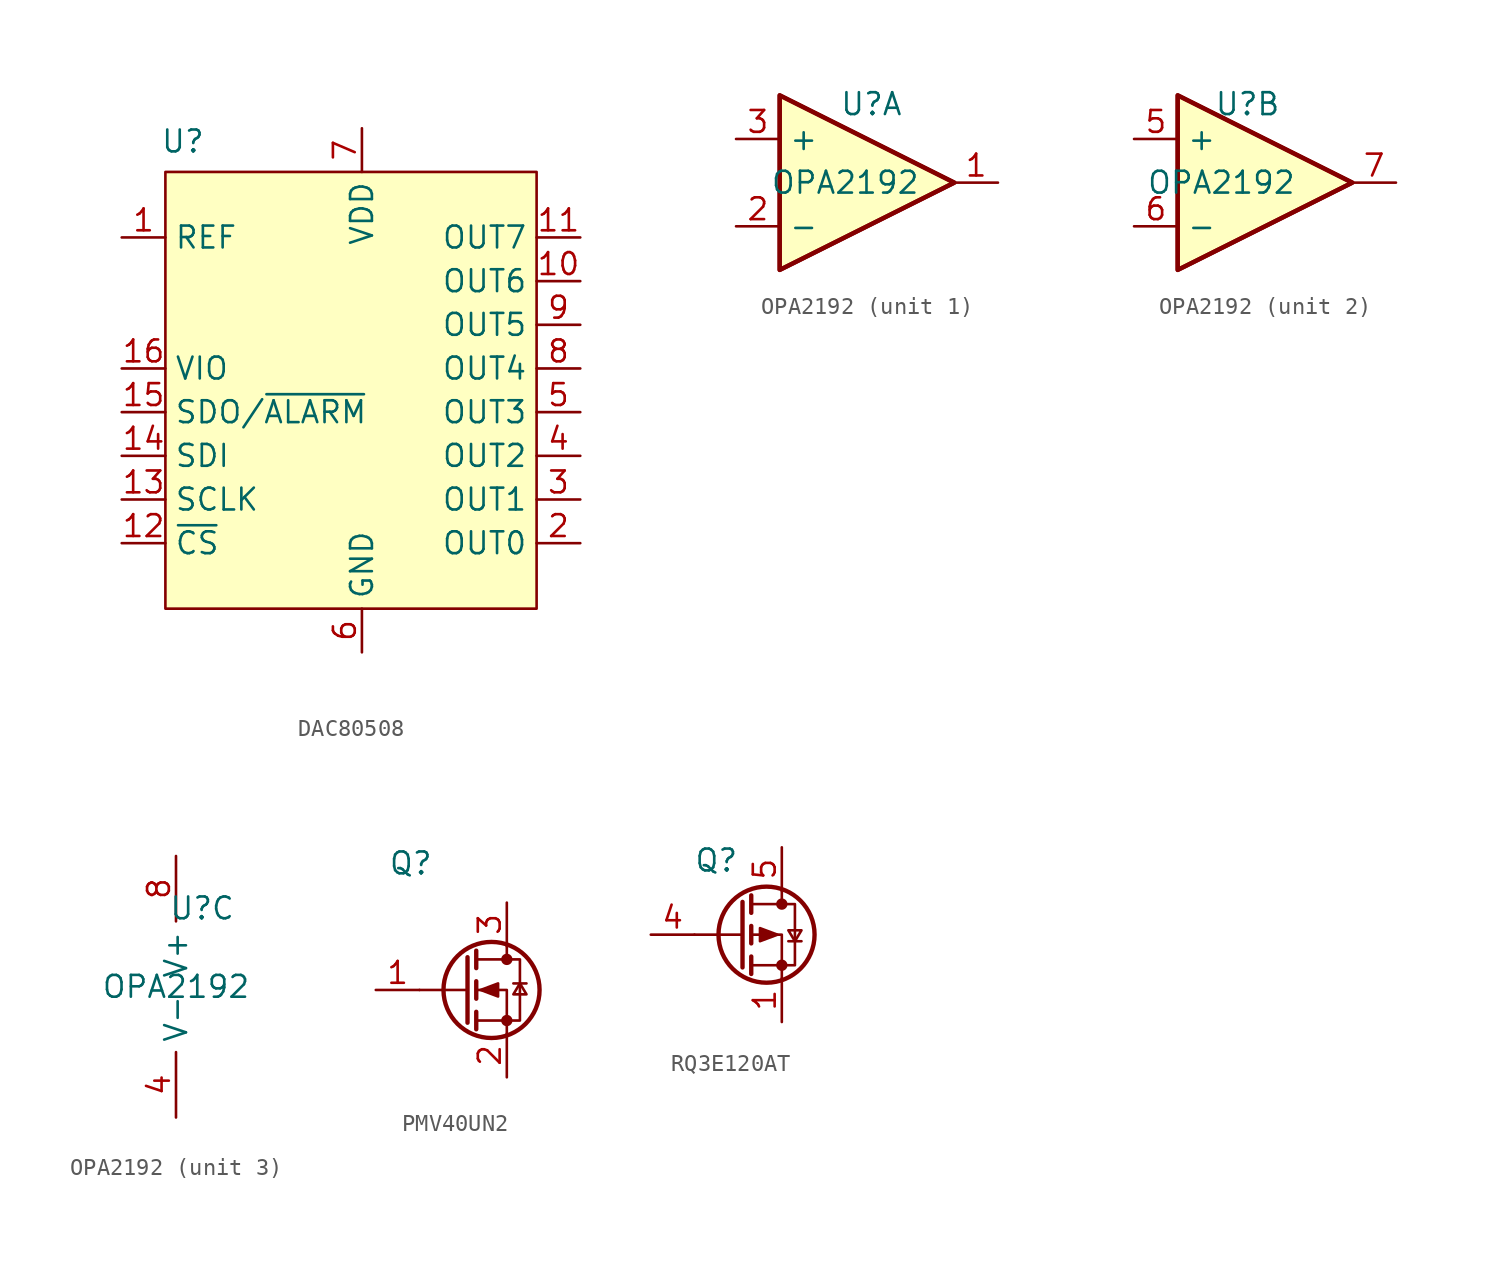
<source format=kicad_sym>
(kicad_symbol_lib
  (version 20241209)
  (generator "kicad_symbol_editor")
  (generator_version "9.0")
  (symbol "DAC80508"
    (property "Reference" "U"
      (at -10.414 13.208 0)
      (effects (font (size 1.27 1.27))))
    (property "Value" ""
      (at 0 0 0)
      (effects (font (size 1.27 1.27))))
    (symbol "DAC80508_1_0"
      (pin power_in line (at -13.97 0 0) (length 2.54) (name "VIO" (effects (font (size 1.27 1.27)))) (number "16" (effects (font (size 1.27 1.27)))))
      (pin input line (at -13.97 -2.54 0) (length 2.54) (name "SDO/~{ALARM}" (effects (font (size 1.27 1.27)))) (number "15" (effects (font (size 1.27 1.27)))))
      (pin input line (at -13.97 -5.08 0) (length 2.54) (name "SDI" (effects (font (size 1.27 1.27)))) (number "14" (effects (font (size 1.27 1.27)))))
      (pin input line (at -13.97 -7.62 0) (length 2.54) (name "SCLK" (effects (font (size 1.27 1.27)))) (number "13" (effects (font (size 1.27 1.27)))))
      (pin input line (at -13.97 -10.16 0) (length 2.54) (name "~{CS}" (effects (font (size 1.27 1.27)))) (number "12" (effects (font (size 1.27 1.27)))))
      (pin power_in line (at 0 13.97 270) (length 2.54) (name "VDD" (effects (font (size 1.27 1.27)))) (number "7" (effects (font (size 1.27 1.27)))))
      (pin power_out line (at 0 -16.51 90) (length 2.54) (hide yes) (name "THERMAL" (effects (font (size 1.27 1.27)))) (number "17" (effects (font (size 1.27 1.27)))))
      (pin power_out line (at 0 -16.51 90) (length 2.54) (name "GND" (effects (font (size 1.27 1.27)))) (number "6" (effects (font (size 1.27 1.27)))))
      (pin output line (at 12.7 7.62 180) (length 2.54) (name "OUT7" (effects (font (size 1.27 1.27)))) (number "11" (effects (font (size 1.27 1.27)))))
      (pin output line (at 12.7 5.08 180) (length 2.54) (name "OUT6" (effects (font (size 1.27 1.27)))) (number "10" (effects (font (size 1.27 1.27)))))
      (pin output line (at 12.7 2.54 180) (length 2.54) (name "OUT5" (effects (font (size 1.27 1.27)))) (number "9" (effects (font (size 1.27 1.27)))))
      (pin output line (at 12.7 0 180) (length 2.54) (name "OUT4" (effects (font (size 1.27 1.27)))) (number "8" (effects (font (size 1.27 1.27)))))
      (pin output line (at 12.7 -2.54 180) (length 2.54) (name "OUT3" (effects (font (size 1.27 1.27)))) (number "5" (effects (font (size 1.27 1.27)))))
      (pin output line (at 12.7 -5.08 180) (length 2.54) (name "OUT2" (effects (font (size 1.27 1.27)))) (number "4" (effects (font (size 1.27 1.27)))))
      (pin output line (at 12.7 -7.62 180) (length 2.54) (name "OUT1" (effects (font (size 1.27 1.27)))) (number "3" (effects (font (size 1.27 1.27)))))
      (pin output line (at 12.7 -10.16 180) (length 2.54) (name "OUT0" (effects (font (size 1.27 1.27)))) (number "2" (effects (font (size 1.27 1.27))))))
    (symbol "DAC80508_1_1"
      (rectangle (start -11.43 11.43) (end 10.16 -13.97) (stroke (width 0) (type solid)) (fill (type background)))
      (pin input line (at -13.97 7.62 0) (length 2.54) (name "REF" (effects (font (size 1.27 1.27)))) (number "1" (effects (font (size 1.27 1.27)))))))
  (symbol "OPA2192"
    (property "Reference" "U"
      (at 1.524 4.572 0)
      (effects (font (size 1.27 1.27))))
    (property "Value" "OPA2192"
      (at 0 0 0)
      (effects (font (size 1.27 1.27))))
    (symbol "OPA2192_1_1"
      (polyline (pts (xy -3.81 5.08) (xy 6.35 0) (xy -3.81 -5.08) (xy -3.81 5.08)) (stroke (width 0.254) (type default)) (fill (type background)))
      (polyline (pts (xy -3.81 5.08) (xy 6.35 0) (xy -3.81 -5.08) (xy -3.81 5.08)) (stroke (width 0.254) (type default)) (fill (type background)))
      (pin input line (at -6.35 2.54 0) (length 2.54) (name "+" (effects (font (size 1.27 1.27)))) (number "3" (effects (font (size 1.27 1.27)))))
      (pin input line (at -6.35 -2.54 0) (length 2.54) (name "-" (effects (font (size 1.27 1.27)))) (number "2" (effects (font (size 1.27 1.27)))))
      (pin output line (at 8.89 0 180) (length 2.54) (name "~" (effects (font (size 1.27 1.27)))) (number "1" (effects (font (size 1.27 1.27))))))
    (symbol "OPA2192_2_1"
      (polyline (pts (xy -2.54 5.08) (xy 7.62 0) (xy -2.54 -5.08) (xy -2.54 5.08)) (stroke (width 0.254) (type default)) (fill (type background)))
      (polyline (pts (xy -2.54 5.08) (xy 7.62 0) (xy -2.54 -5.08) (xy -2.54 5.08)) (stroke (width 0.254) (type default)) (fill (type background)))
      (pin input line (at -5.08 2.54 0) (length 2.54) (name "+" (effects (font (size 1.27 1.27)))) (number "5" (effects (font (size 1.27 1.27)))))
      (pin input line (at -5.08 -2.54 0) (length 2.54) (name "-" (effects (font (size 1.27 1.27)))) (number "6" (effects (font (size 1.27 1.27)))))
      (pin output line (at 10.16 0 180) (length 2.54) (name "~" (effects (font (size 1.27 1.27)))) (number "7" (effects (font (size 1.27 1.27))))))
    (symbol "OPA2192_3_1"
      (pin power_in line (at 0 7.62 270) (length 3.81) (name "V+" (effects (font (size 1.27 1.27)))) (number "8" (effects (font (size 1.27 1.27)))))
      (pin power_in line (at 0 -7.62 90) (length 3.81) (name "V-" (effects (font (size 1.27 1.27)))) (number "4" (effects (font (size 1.27 1.27)))))))
  (symbol "PMV40UN2"
    (property "Reference" "Q"
      (at -5.588 7.366 0)
      (effects (font (size 1.27 1.27))))
    (property "Value" ""
      (at 0 0 0)
      (effects (font (size 1.27 1.27))))
    (symbol "PMV40UN2_0_1"
      (polyline (pts (xy -2.286 1.905) (xy -2.286 -1.905)) (stroke (width 0.254) (type default)) (fill (type none)))
      (polyline (pts (xy -2.286 0) (xy -5.08 0)) (stroke (width 0) (type default)) (fill (type none)))
      (polyline (pts (xy -1.778 2.286) (xy -1.778 1.27)) (stroke (width 0.254) (type default)) (fill (type none)))
      (polyline (pts (xy -1.778 0.508) (xy -1.778 -0.508)) (stroke (width 0.254) (type default)) (fill (type none)))
      (polyline (pts (xy -1.778 -1.27) (xy -1.778 -2.286)) (stroke (width 0.254) (type default)) (fill (type none)))
      (polyline (pts (xy -1.778 -1.778) (xy 0.762 -1.778) (xy 0.762 1.778) (xy -1.778 1.778)) (stroke (width 0) (type default)) (fill (type none)))
      (polyline (pts (xy -1.524 0) (xy -0.508 0.381) (xy -0.508 -0.381) (xy -1.524 0)) (stroke (width 0) (type default)) (fill (type outline)))
      (circle (center -0.889 0) (radius 2.794) (stroke (width 0.254) (type default)) (fill (type none)))
      (polyline (pts (xy 0 2.54) (xy 0 1.778)) (stroke (width 0) (type default)) (fill (type none)))
      (circle (center 0 1.778) (radius 0.254) (stroke (width 0) (type default)) (fill (type outline)))
      (circle (center 0 -1.778) (radius 0.254) (stroke (width 0) (type default)) (fill (type outline)))
      (polyline (pts (xy 0 -2.54) (xy 0 0) (xy -1.778 0)) (stroke (width 0) (type default)) (fill (type none)))
      (polyline (pts (xy 0.381 0.381) (xy 1.143 0.381)) (stroke (width 0) (type default)) (fill (type none)))
      (polyline (pts (xy 0.762 0.381) (xy 0.381 -0.254) (xy 1.143 -0.254) (xy 0.762 0.381)) (stroke (width 0) (type default)) (fill (type none))))
    (symbol "PMV40UN2_1_1"
      (pin input line (at -7.62 0 0) (length 2.54) (name "" (effects (font (size 1.27 1.27)))) (number "1" (effects (font (size 1.27 1.27)))))
      (pin passive line (at 0 5.08 270) (length 2.54) (name "" (effects (font (size 1.27 1.27)))) (number "3" (effects (font (size 1.27 1.27)))))
      (pin passive line (at 0 -5.08 90) (length 2.54) (name "" (effects (font (size 1.27 1.27)))) (number "2" (effects (font (size 1.27 1.27)))))))
  (symbol "RQ3E120AT"
    (property "Reference" "Q"
      (at -3.81 4.318 0)
      (effects (font (size 1.27 1.27))))
    (property "Value" ""
      (at 0 0 0)
      (effects (font (size 1.27 1.27))))
    (symbol "RQ3E120AT_0_1"
      (polyline (pts (xy -2.286 1.905) (xy -2.286 -1.905)) (stroke (width 0.254) (type default)) (fill (type none)))
      (polyline (pts (xy -2.286 0) (xy -5.08 0)) (stroke (width 0) (type default)) (fill (type none)))
      (polyline (pts (xy -1.778 2.286) (xy -1.778 1.27)) (stroke (width 0.254) (type default)) (fill (type none)))
      (polyline (pts (xy -1.778 1.778) (xy 0.762 1.778) (xy 0.762 -1.778) (xy -1.778 -1.778)) (stroke (width 0) (type default)) (fill (type none)))
      (polyline (pts (xy -1.778 0.508) (xy -1.778 -0.508)) (stroke (width 0.254) (type default)) (fill (type none)))
      (polyline (pts (xy -1.778 -1.27) (xy -1.778 -2.286)) (stroke (width 0.254) (type default)) (fill (type none)))
      (circle (center -0.889 0) (radius 2.794) (stroke (width 0.254) (type default)) (fill (type none)))
      (polyline (pts (xy -0.254 0) (xy -1.27 0.381) (xy -1.27 -0.381) (xy -0.254 0)) (stroke (width 0) (type default)) (fill (type outline)))
      (polyline (pts (xy 0 2.54) (xy 0 1.778)) (stroke (width 0) (type default)) (fill (type none)))
      (circle (center 0 1.778) (radius 0.254) (stroke (width 0) (type default)) (fill (type outline)))
      (circle (center 0 -1.778) (radius 0.254) (stroke (width 0) (type default)) (fill (type outline)))
      (polyline (pts (xy 0 -2.54) (xy 0 0) (xy -1.778 0)) (stroke (width 0) (type default)) (fill (type none)))
      (polyline (pts (xy 0.381 -0.381) (xy 1.143 -0.381)) (stroke (width 0) (type default)) (fill (type none)))
      (polyline (pts (xy 0.762 -0.381) (xy 0.381 0.254) (xy 1.143 0.254) (xy 0.762 -0.381)) (stroke (width 0) (type default)) (fill (type none))))
    (symbol "RQ3E120AT_1_0"
      (pin passive line (at -7.62 0 0) (length 2.54) (name "" (effects (font (size 1.27 1.27)))) (number "4" (effects (font (size 1.27 1.27)))))
      (pin input line (at 0 5.08 270) (length 2.54) (name "" (effects (font (size 1.27 1.27)))) (number "5" (effects (font (size 1.27 1.27)))))
      (pin input line (at 0 5.08 270) (length 2.54) (hide yes) (name "D" (effects (font (size 1.27 1.27)))) (number "6" (effects (font (size 1.27 1.27)))))
      (pin input line (at 0 5.08 270) (length 2.54) (hide yes) (name "D" (effects (font (size 1.27 1.27)))) (number "7" (effects (font (size 1.27 1.27)))))
      (pin input line (at 0 5.08 270) (length 2.54) (hide yes) (name "D" (effects (font (size 1.27 1.27)))) (number "8" (effects (font (size 1.27 1.27)))))
      (pin output line (at 0 -5.08 90) (length 2.54) (name "" (effects (font (size 1.27 1.27)))) (number "1" (effects (font (size 1.27 1.27)))))
      (pin output line (at 0 -5.08 90) (length 2.54) (hide yes) (name "S" (effects (font (size 1.27 1.27)))) (number "2" (effects (font (size 1.27 1.27)))))
      (pin output line (at 0 -5.08 90) (length 2.54) (hide yes) (name "S" (effects (font (size 1.27 1.27)))) (number "3" (effects (font (size 1.27 1.27))))))))
</source>
